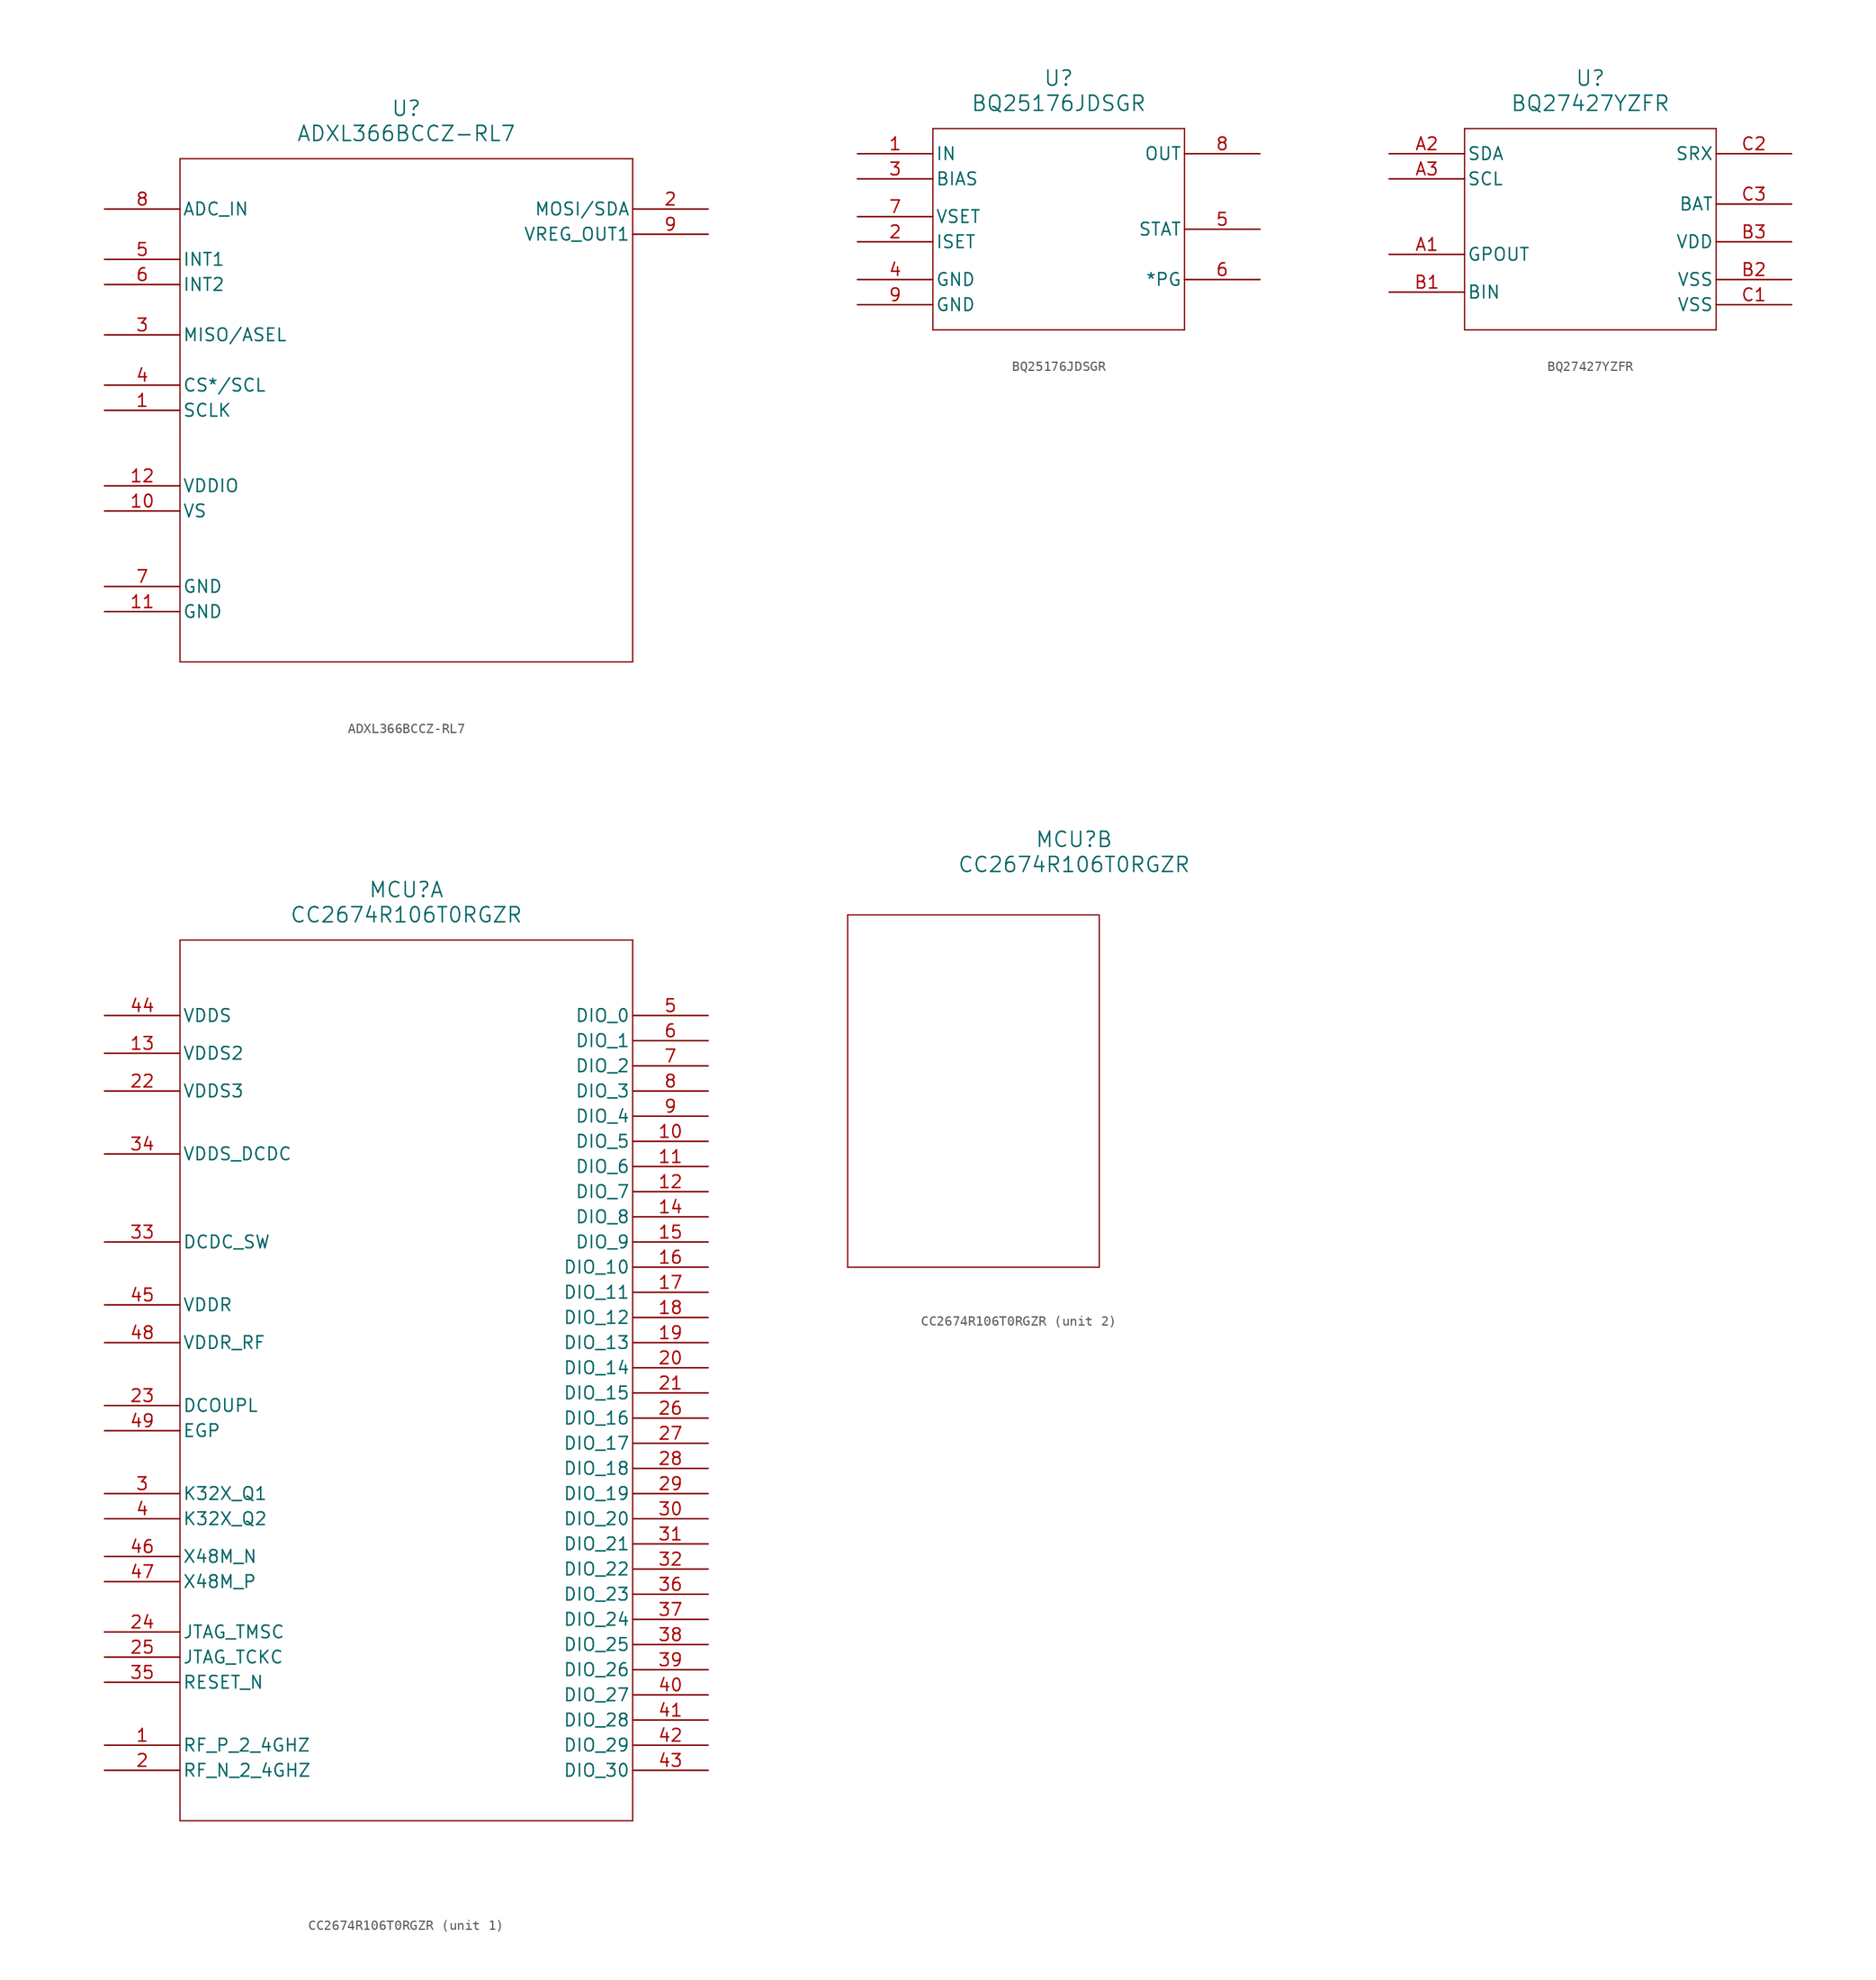
<source format=kicad_sym>
(kicad_symbol_lib
  (version 20241209)
  (generator "kicad_symbol_editor")
  (generator_version "9.0")
  (symbol "ADXL366BCCZ-RL7"
    (pin_names
      (offset 0.254))
    (property "Reference" "U"
      (at 30.48 10.16 0)
      (effects (font (size 1.524 1.524))))
    (property "Value" "ADXL366BCCZ-RL7"
      (at 30.48 7.62 0)
      (effects (font (size 1.524 1.524))))
    (property "ki_locked" ""
      (at 0 0 0)
      (effects (font (size 1.27 1.27))))
    (symbol "ADXL366BCCZ-RL7_0_1"
      (polyline (pts (xy 7.62 5.08) (xy 7.62 -45.72)) (stroke (width 0.127) (type default)) (fill (type none)))
      (polyline (pts (xy 7.62 -45.72) (xy 53.34 -45.72)) (stroke (width 0.127) (type default)) (fill (type none)))
      (polyline (pts (xy 53.34 5.08) (xy 7.62 5.08)) (stroke (width 0.127) (type default)) (fill (type none)))
      (polyline (pts (xy 53.34 -45.72) (xy 53.34 5.08)) (stroke (width 0.127) (type default)) (fill (type none)))
      (pin input line (at 0 0 0) (length 7.62) (name "ADC_IN" (effects (font (size 1.27 1.27)))) (number "8" (effects (font (size 1.27 1.27)))))
      (pin output line (at 0 -5.08 0) (length 7.62) (name "INT1" (effects (font (size 1.27 1.27)))) (number "5" (effects (font (size 1.27 1.27)))))
      (pin output line (at 0 -7.62 0) (length 7.62) (name "INT2" (effects (font (size 1.27 1.27)))) (number "6" (effects (font (size 1.27 1.27)))))
      (pin input line (at 0 -12.7 0) (length 7.62) (name "MISO/ASEL" (effects (font (size 1.27 1.27)))) (number "3" (effects (font (size 1.27 1.27)))))
      (pin unspecified line (at 0 -17.78 0) (length 7.62) (name "CS*/SCL" (effects (font (size 1.27 1.27)))) (number "4" (effects (font (size 1.27 1.27)))))
      (pin unspecified line (at 0 -20.32 0) (length 7.62) (name "SCLK" (effects (font (size 1.27 1.27)))) (number "1" (effects (font (size 1.27 1.27)))))
      (pin power_in line (at 0 -27.94 0) (length 7.62) (name "VDDIO" (effects (font (size 1.27 1.27)))) (number "12" (effects (font (size 1.27 1.27)))))
      (pin power_in line (at 0 -30.48 0) (length 7.62) (name "VS" (effects (font (size 1.27 1.27)))) (number "10" (effects (font (size 1.27 1.27)))))
      (pin power_out line (at 0 -38.1 0) (length 7.62) (name "GND" (effects (font (size 1.27 1.27)))) (number "7" (effects (font (size 1.27 1.27)))))
      (pin power_out line (at 0 -40.64 0) (length 7.62) (name "GND" (effects (font (size 1.27 1.27)))) (number "11" (effects (font (size 1.27 1.27)))))
      (pin output line (at 60.96 0 180) (length 7.62) (name "MOSI/SDA" (effects (font (size 1.27 1.27)))) (number "2" (effects (font (size 1.27 1.27)))))
      (pin output line (at 60.96 -2.54 180) (length 7.62) (name "VREG_OUT1" (effects (font (size 1.27 1.27)))) (number "9" (effects (font (size 1.27 1.27)))))))
  (symbol "BQ25176JDSGR"
    (pin_names
      (offset 0.254))
    (property "Reference" "U"
      (at 20.32 10.16 0)
      (effects (font (size 1.524 1.524))))
    (property "Value" "BQ25176JDSGR"
      (at 20.32 7.62 0)
      (effects (font (size 1.524 1.524))))
    (property "ki_locked" ""
      (at 0 0 0)
      (effects (font (size 1.27 1.27))))
    (symbol "BQ25176JDSGR_0_1"
      (polyline (pts (xy 7.62 5.08) (xy 7.62 -15.24)) (stroke (width 0.127) (type default)) (fill (type none)))
      (polyline (pts (xy 7.62 -15.24) (xy 33.02 -15.24)) (stroke (width 0.127) (type default)) (fill (type none)))
      (polyline (pts (xy 33.02 5.08) (xy 7.62 5.08)) (stroke (width 0.127) (type default)) (fill (type none)))
      (polyline (pts (xy 33.02 -15.24) (xy 33.02 5.08)) (stroke (width 0.127) (type default)) (fill (type none)))
      (pin power_in line (at 0 2.54 0) (length 7.62) (name "IN" (effects (font (size 1.27 1.27)))) (number "1" (effects (font (size 1.27 1.27)))))
      (pin input line (at 0 0 0) (length 7.62) (name "BIAS" (effects (font (size 1.27 1.27)))) (number "3" (effects (font (size 1.27 1.27)))))
      (pin input line (at 0 -3.81 0) (length 7.62) (name "VSET" (effects (font (size 1.27 1.27)))) (number "7" (effects (font (size 1.27 1.27)))))
      (pin input line (at 0 -6.35 0) (length 7.62) (name "ISET" (effects (font (size 1.27 1.27)))) (number "2" (effects (font (size 1.27 1.27)))))
      (pin power_out line (at 0 -10.16 0) (length 7.62) (name "GND" (effects (font (size 1.27 1.27)))) (number "4" (effects (font (size 1.27 1.27)))))
      (pin power_out line (at 0 -12.7 0) (length 7.62) (name "GND" (effects (font (size 1.27 1.27)))) (number "9" (effects (font (size 1.27 1.27)))))
      (pin power_in line (at 40.64 2.54 180) (length 7.62) (name "OUT" (effects (font (size 1.27 1.27)))) (number "8" (effects (font (size 1.27 1.27)))))
      (pin output line (at 40.64 -5.08 180) (length 7.62) (name "STAT" (effects (font (size 1.27 1.27)))) (number "5" (effects (font (size 1.27 1.27)))))
      (pin output line (at 40.64 -10.16 180) (length 7.62) (name "*PG" (effects (font (size 1.27 1.27)))) (number "6" (effects (font (size 1.27 1.27)))))))
  (symbol "BQ27427YZFR"
    (pin_names
      (offset 0.254))
    (property "Reference" "U"
      (at 20.32 10.16 0)
      (effects (font (size 1.524 1.524))))
    (property "Value" "BQ27427YZFR"
      (at 20.32 7.62 0)
      (effects (font (size 1.524 1.524))))
    (property "ki_locked" ""
      (at 0 0 0)
      (effects (font (size 1.27 1.27))))
    (symbol "BQ27427YZFR_0_1"
      (polyline (pts (xy 7.62 5.08) (xy 7.62 -15.24)) (stroke (width 0.127) (type default)) (fill (type none)))
      (polyline (pts (xy 7.62 -15.24) (xy 33.02 -15.24)) (stroke (width 0.127) (type default)) (fill (type none)))
      (polyline (pts (xy 33.02 5.08) (xy 7.62 5.08)) (stroke (width 0.127) (type default)) (fill (type none)))
      (polyline (pts (xy 33.02 -15.24) (xy 33.02 5.08)) (stroke (width 0.127) (type default)) (fill (type none)))
      (pin bidirectional line (at 0 2.54 0) (length 7.62) (name "SDA" (effects (font (size 1.27 1.27)))) (number "A2" (effects (font (size 1.27 1.27)))))
      (pin bidirectional line (at 0 0 0) (length 7.62) (name "SCL" (effects (font (size 1.27 1.27)))) (number "A3" (effects (font (size 1.27 1.27)))))
      (pin output line (at 0 -7.62 0) (length 7.62) (name "GPOUT" (effects (font (size 1.27 1.27)))) (number "A1" (effects (font (size 1.27 1.27)))))
      (pin input line (at 0 -11.43 0) (length 7.62) (name "BIN" (effects (font (size 1.27 1.27)))) (number "B1" (effects (font (size 1.27 1.27)))))
      (pin input line (at 40.64 2.54 180) (length 7.62) (name "SRX" (effects (font (size 1.27 1.27)))) (number "C2" (effects (font (size 1.27 1.27)))))
      (pin power_in line (at 40.64 -2.54 180) (length 7.62) (name "BAT" (effects (font (size 1.27 1.27)))) (number "C3" (effects (font (size 1.27 1.27)))))
      (pin output line (at 40.64 -6.35 180) (length 7.62) (name "VDD" (effects (font (size 1.27 1.27)))) (number "B3" (effects (font (size 1.27 1.27)))))
      (pin power_out line (at 40.64 -10.16 180) (length 7.62) (name "VSS" (effects (font (size 1.27 1.27)))) (number "B2" (effects (font (size 1.27 1.27)))))
      (pin power_out line (at 40.64 -12.7 180) (length 7.62) (name "VSS" (effects (font (size 1.27 1.27)))) (number "C1" (effects (font (size 1.27 1.27)))))))
  (symbol "CC2674R106T0RGZR"
    (pin_names
      (offset 0.254))
    (property "Reference" "MCU"
      (at 30.48 12.7 0)
      (effects (font (size 1.524 1.524))))
    (property "Value" "CC2674R106T0RGZR"
      (at 30.48 10.16 0)
      (effects (font (size 1.524 1.524))))
    (property "ki_locked" ""
      (at 0 0 0)
      (effects (font (size 1.27 1.27))))
    (symbol "CC2674R106T0RGZR_1_1"
      (polyline (pts (xy 7.62 7.62) (xy 7.62 -81.28)) (stroke (width 0.127) (type default)) (fill (type none)))
      (polyline (pts (xy 7.62 -81.28) (xy 53.34 -81.28)) (stroke (width 0.127) (type default)) (fill (type none)))
      (polyline (pts (xy 53.34 7.62) (xy 7.62 7.62)) (stroke (width 0.127) (type default)) (fill (type none)))
      (polyline (pts (xy 53.34 -81.28) (xy 53.34 7.62)) (stroke (width 0.127) (type default)) (fill (type none)))
      (pin power_in line (at 0 0 0) (length 7.62) (name "VDDS" (effects (font (size 1.27 1.27)))) (number "44" (effects (font (size 1.27 1.27)))))
      (pin power_in line (at 0 -3.81 0) (length 7.62) (name "VDDS2" (effects (font (size 1.27 1.27)))) (number "13" (effects (font (size 1.27 1.27)))))
      (pin power_in line (at 0 -7.62 0) (length 7.62) (name "VDDS3" (effects (font (size 1.27 1.27)))) (number "22" (effects (font (size 1.27 1.27)))))
      (pin power_in line (at 0 -13.97 0) (length 7.62) (name "VDDS_DCDC" (effects (font (size 1.27 1.27)))) (number "34" (effects (font (size 1.27 1.27)))))
      (pin power_in line (at 0 -22.86 0) (length 7.62) (name "DCDC_SW" (effects (font (size 1.27 1.27)))) (number "33" (effects (font (size 1.27 1.27)))))
      (pin power_in line (at 0 -29.21 0) (length 7.62) (name "VDDR" (effects (font (size 1.27 1.27)))) (number "45" (effects (font (size 1.27 1.27)))))
      (pin power_in line (at 0 -33.02 0) (length 7.62) (name "VDDR_RF" (effects (font (size 1.27 1.27)))) (number "48" (effects (font (size 1.27 1.27)))))
      (pin power_in line (at 0 -39.37 0) (length 7.62) (name "DCOUPL" (effects (font (size 1.27 1.27)))) (number "23" (effects (font (size 1.27 1.27)))))
      (pin power_out line (at 0 -41.91 0) (length 7.62) (name "EGP" (effects (font (size 1.27 1.27)))) (number "49" (effects (font (size 1.27 1.27)))))
      (pin unspecified line (at 0 -48.26 0) (length 7.62) (name "K32X_Q1" (effects (font (size 1.27 1.27)))) (number "3" (effects (font (size 1.27 1.27)))))
      (pin unspecified line (at 0 -50.8 0) (length 7.62) (name "K32X_Q2" (effects (font (size 1.27 1.27)))) (number "4" (effects (font (size 1.27 1.27)))))
      (pin unspecified line (at 0 -54.61 0) (length 7.62) (name "X48M_N" (effects (font (size 1.27 1.27)))) (number "46" (effects (font (size 1.27 1.27)))))
      (pin unspecified line (at 0 -57.15 0) (length 7.62) (name "X48M_P" (effects (font (size 1.27 1.27)))) (number "47" (effects (font (size 1.27 1.27)))))
      (pin bidirectional line (at 0 -62.23 0) (length 7.62) (name "JTAG_TMSC" (effects (font (size 1.27 1.27)))) (number "24" (effects (font (size 1.27 1.27)))))
      (pin input line (at 0 -64.77 0) (length 7.62) (name "JTAG_TCKC" (effects (font (size 1.27 1.27)))) (number "25" (effects (font (size 1.27 1.27)))))
      (pin input line (at 0 -67.31 0) (length 7.62) (name "RESET_N" (effects (font (size 1.27 1.27)))) (number "35" (effects (font (size 1.27 1.27)))))
      (pin unspecified line (at 0 -73.66 0) (length 7.62) (name "RF_P_2_4GHZ" (effects (font (size 1.27 1.27)))) (number "1" (effects (font (size 1.27 1.27)))))
      (pin unspecified line (at 0 -76.2 0) (length 7.62) (name "RF_N_2_4GHZ" (effects (font (size 1.27 1.27)))) (number "2" (effects (font (size 1.27 1.27)))))
      (pin bidirectional line (at 60.96 0 180) (length 7.62) (name "DIO_0" (effects (font (size 1.27 1.27)))) (number "5" (effects (font (size 1.27 1.27)))))
      (pin bidirectional line (at 60.96 -2.54 180) (length 7.62) (name "DIO_1" (effects (font (size 1.27 1.27)))) (number "6" (effects (font (size 1.27 1.27)))))
      (pin bidirectional line (at 60.96 -5.08 180) (length 7.62) (name "DIO_2" (effects (font (size 1.27 1.27)))) (number "7" (effects (font (size 1.27 1.27)))))
      (pin bidirectional line (at 60.96 -7.62 180) (length 7.62) (name "DIO_3" (effects (font (size 1.27 1.27)))) (number "8" (effects (font (size 1.27 1.27)))))
      (pin bidirectional line (at 60.96 -10.16 180) (length 7.62) (name "DIO_4" (effects (font (size 1.27 1.27)))) (number "9" (effects (font (size 1.27 1.27)))))
      (pin bidirectional line (at 60.96 -12.7 180) (length 7.62) (name "DIO_5" (effects (font (size 1.27 1.27)))) (number "10" (effects (font (size 1.27 1.27)))))
      (pin bidirectional line (at 60.96 -15.24 180) (length 7.62) (name "DIO_6" (effects (font (size 1.27 1.27)))) (number "11" (effects (font (size 1.27 1.27)))))
      (pin bidirectional line (at 60.96 -17.78 180) (length 7.62) (name "DIO_7" (effects (font (size 1.27 1.27)))) (number "12" (effects (font (size 1.27 1.27)))))
      (pin bidirectional line (at 60.96 -20.32 180) (length 7.62) (name "DIO_8" (effects (font (size 1.27 1.27)))) (number "14" (effects (font (size 1.27 1.27)))))
      (pin bidirectional line (at 60.96 -22.86 180) (length 7.62) (name "DIO_9" (effects (font (size 1.27 1.27)))) (number "15" (effects (font (size 1.27 1.27)))))
      (pin bidirectional line (at 60.96 -25.4 180) (length 7.62) (name "DIO_10" (effects (font (size 1.27 1.27)))) (number "16" (effects (font (size 1.27 1.27)))))
      (pin bidirectional line (at 60.96 -27.94 180) (length 7.62) (name "DIO_11" (effects (font (size 1.27 1.27)))) (number "17" (effects (font (size 1.27 1.27)))))
      (pin bidirectional line (at 60.96 -30.48 180) (length 7.62) (name "DIO_12" (effects (font (size 1.27 1.27)))) (number "18" (effects (font (size 1.27 1.27)))))
      (pin bidirectional line (at 60.96 -33.02 180) (length 7.62) (name "DIO_13" (effects (font (size 1.27 1.27)))) (number "19" (effects (font (size 1.27 1.27)))))
      (pin bidirectional line (at 60.96 -35.56 180) (length 7.62) (name "DIO_14" (effects (font (size 1.27 1.27)))) (number "20" (effects (font (size 1.27 1.27)))))
      (pin bidirectional line (at 60.96 -38.1 180) (length 7.62) (name "DIO_15" (effects (font (size 1.27 1.27)))) (number "21" (effects (font (size 1.27 1.27)))))
      (pin bidirectional line (at 60.96 -40.64 180) (length 7.62) (name "DIO_16" (effects (font (size 1.27 1.27)))) (number "26" (effects (font (size 1.27 1.27)))))
      (pin bidirectional line (at 60.96 -43.18 180) (length 7.62) (name "DIO_17" (effects (font (size 1.27 1.27)))) (number "27" (effects (font (size 1.27 1.27)))))
      (pin bidirectional line (at 60.96 -45.72 180) (length 7.62) (name "DIO_18" (effects (font (size 1.27 1.27)))) (number "28" (effects (font (size 1.27 1.27)))))
      (pin bidirectional line (at 60.96 -48.26 180) (length 7.62) (name "DIO_19" (effects (font (size 1.27 1.27)))) (number "29" (effects (font (size 1.27 1.27)))))
      (pin bidirectional line (at 60.96 -50.8 180) (length 7.62) (name "DIO_20" (effects (font (size 1.27 1.27)))) (number "30" (effects (font (size 1.27 1.27)))))
      (pin bidirectional line (at 60.96 -53.34 180) (length 7.62) (name "DIO_21" (effects (font (size 1.27 1.27)))) (number "31" (effects (font (size 1.27 1.27)))))
      (pin bidirectional line (at 60.96 -55.88 180) (length 7.62) (name "DIO_22" (effects (font (size 1.27 1.27)))) (number "32" (effects (font (size 1.27 1.27)))))
      (pin bidirectional line (at 60.96 -58.42 180) (length 7.62) (name "DIO_23" (effects (font (size 1.27 1.27)))) (number "36" (effects (font (size 1.27 1.27)))))
      (pin bidirectional line (at 60.96 -60.96 180) (length 7.62) (name "DIO_24" (effects (font (size 1.27 1.27)))) (number "37" (effects (font (size 1.27 1.27)))))
      (pin bidirectional line (at 60.96 -63.5 180) (length 7.62) (name "DIO_25" (effects (font (size 1.27 1.27)))) (number "38" (effects (font (size 1.27 1.27)))))
      (pin bidirectional line (at 60.96 -66.04 180) (length 7.62) (name "DIO_26" (effects (font (size 1.27 1.27)))) (number "39" (effects (font (size 1.27 1.27)))))
      (pin bidirectional line (at 60.96 -68.58 180) (length 7.62) (name "DIO_27" (effects (font (size 1.27 1.27)))) (number "40" (effects (font (size 1.27 1.27)))))
      (pin bidirectional line (at 60.96 -71.12 180) (length 7.62) (name "DIO_28" (effects (font (size 1.27 1.27)))) (number "41" (effects (font (size 1.27 1.27)))))
      (pin bidirectional line (at 60.96 -73.66 180) (length 7.62) (name "DIO_29" (effects (font (size 1.27 1.27)))) (number "42" (effects (font (size 1.27 1.27)))))
      (pin bidirectional line (at 60.96 -76.2 180) (length 7.62) (name "DIO_30" (effects (font (size 1.27 1.27)))) (number "43" (effects (font (size 1.27 1.27))))))
    (symbol "CC2674R106T0RGZR_2_1"
      (polyline (pts (xy 7.62 5.08) (xy 7.62 -30.48)) (stroke (width 0.127) (type default)) (fill (type none)))
      (polyline (pts (xy 7.62 -30.48) (xy 33.02 -30.48)) (stroke (width 0.127) (type default)) (fill (type none)))
      (polyline (pts (xy 33.02 5.08) (xy 7.62 5.08)) (stroke (width 0.127) (type default)) (fill (type none)))
      (polyline (pts (xy 33.02 -30.48) (xy 33.02 5.08)) (stroke (width 0.127) (type default)) (fill (type none))))))
</source>
